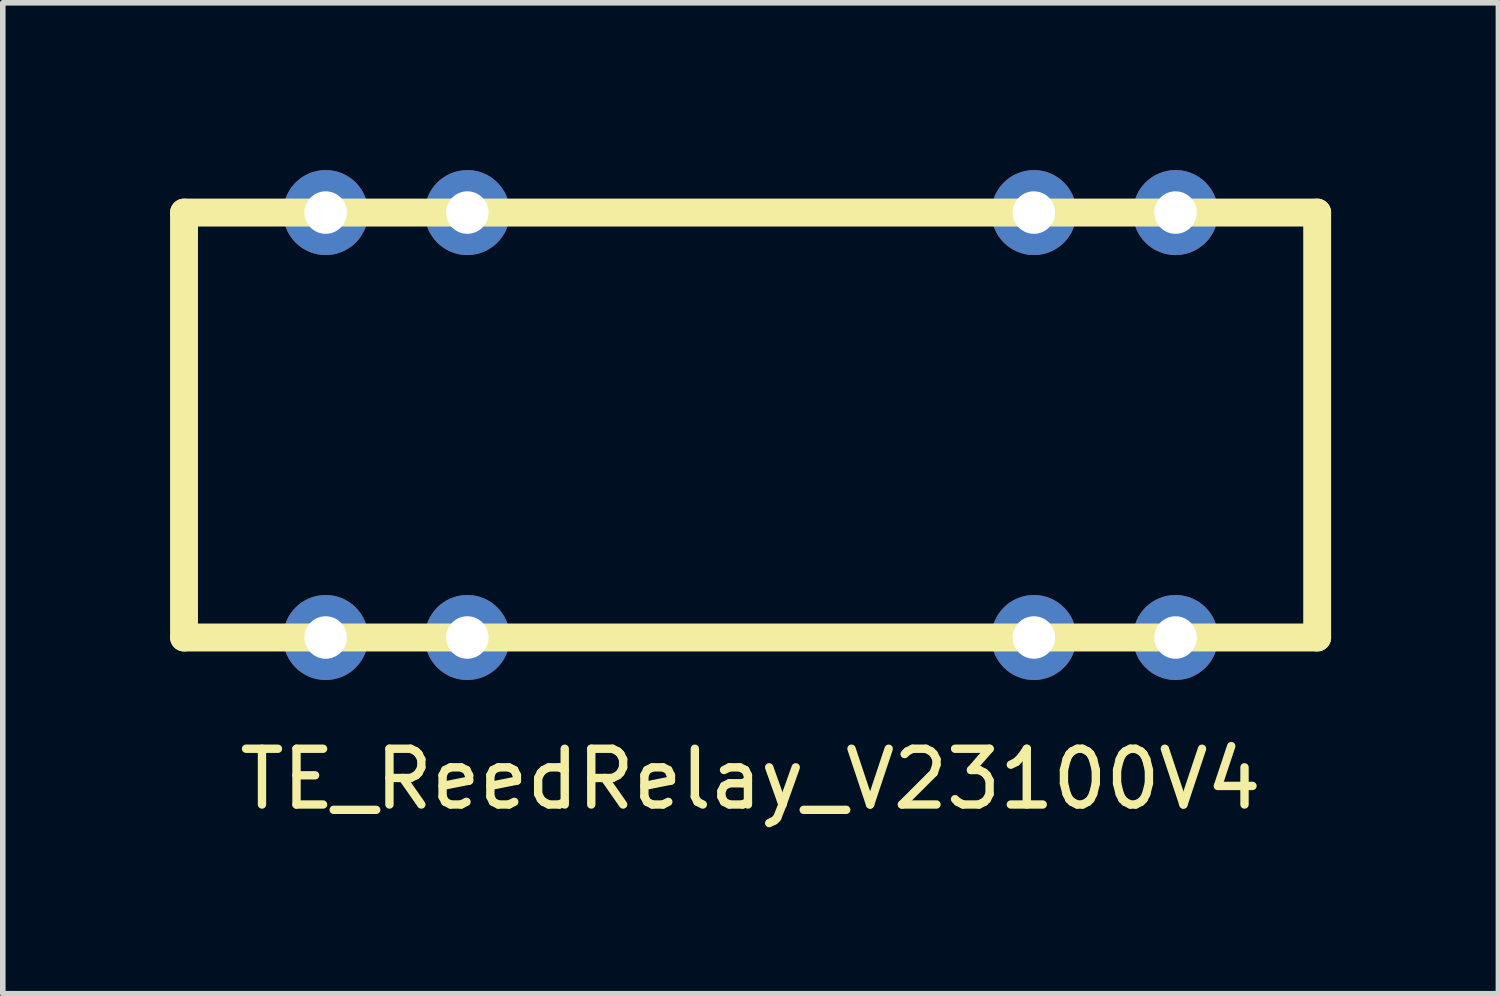
<source format=kicad_pcb>
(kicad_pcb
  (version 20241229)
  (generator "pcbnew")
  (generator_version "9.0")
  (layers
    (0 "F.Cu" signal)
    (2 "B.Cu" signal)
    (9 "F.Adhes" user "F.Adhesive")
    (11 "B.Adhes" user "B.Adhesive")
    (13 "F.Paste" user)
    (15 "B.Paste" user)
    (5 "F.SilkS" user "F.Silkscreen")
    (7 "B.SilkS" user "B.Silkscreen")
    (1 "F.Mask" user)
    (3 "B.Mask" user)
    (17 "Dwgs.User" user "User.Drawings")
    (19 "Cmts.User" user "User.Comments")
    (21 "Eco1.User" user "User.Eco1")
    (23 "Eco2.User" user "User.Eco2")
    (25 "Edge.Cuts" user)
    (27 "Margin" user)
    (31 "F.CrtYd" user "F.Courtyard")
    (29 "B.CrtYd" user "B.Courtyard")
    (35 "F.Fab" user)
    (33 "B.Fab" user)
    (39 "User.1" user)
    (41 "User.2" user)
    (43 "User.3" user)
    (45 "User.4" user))
  (footprint "TE_ReedRelay_V23100V4"
    (layer "F.Cu")
    (at 10.41 5.842)
    (property "Reference" "TE_ReedRelay_V23100V4" (at 0 5.08 0) (layer "F.SilkS") (effects (font (size 1 1) (thickness 0.15))))
    (attr through_hole)
    (fp_line (start -10.16 -5.08) (end 10.16 -5.08) (stroke (width 0.5) (type solid)) (layer "F.SilkS"))
    (fp_line (start -10.16 2.54) (end -10.16 -5.08) (stroke (width 0.5) (type solid)) (layer "F.SilkS"))
    (fp_line (start 10.16 -5.08) (end 10.16 2.54) (stroke (width 0.5) (type solid)) (layer "F.SilkS"))
    (fp_line (start 10.16 2.54) (end -10.16 2.54) (stroke (width 0.5) (type solid)) (layer "F.SilkS"))
    (pad "1" thru_hole circle (at -7.62 2.54) (size 1.524 1.524) (drill 0.762) (layers "*.Cu" "*.Mask"))
    (pad "2" thru_hole circle (at -5.08 2.54) (size 1.524 1.524) (drill 0.762) (layers "*.Cu" "*.Mask"))
    (pad "6" thru_hole circle (at 5.08 2.54) (size 1.524 1.524) (drill 0.762) (layers "*.Cu" "*.Mask"))
    (pad "7" thru_hole circle (at 7.62 2.54) (size 1.524 1.524) (drill 0.762) (layers "*.Cu" "*.Mask"))
    (pad "8" thru_hole circle (at 7.62 -5.08) (size 1.524 1.524) (drill 0.762) (layers "*.Cu" "*.Mask"))
    (pad "9" thru_hole circle (at 5.08 -5.08) (size 1.524 1.524) (drill 0.762) (layers "*.Cu" "*.Mask"))
    (pad "13" thru_hole circle (at -5.08 -5.08) (size 1.524 1.524) (drill 0.762) (layers "*.Cu" "*.Mask"))
    (pad "14" thru_hole circle (at -7.62 -5.08) (size 1.524 1.524) (drill 0.762) (layers "*.Cu" "*.Mask")))
  (gr_rect
    (start -3 -3)
    (end 23.82 14.77)
    (stroke (width 0.1) (type default))
    (fill no)
    (layer "Edge.Cuts")))
</source>
